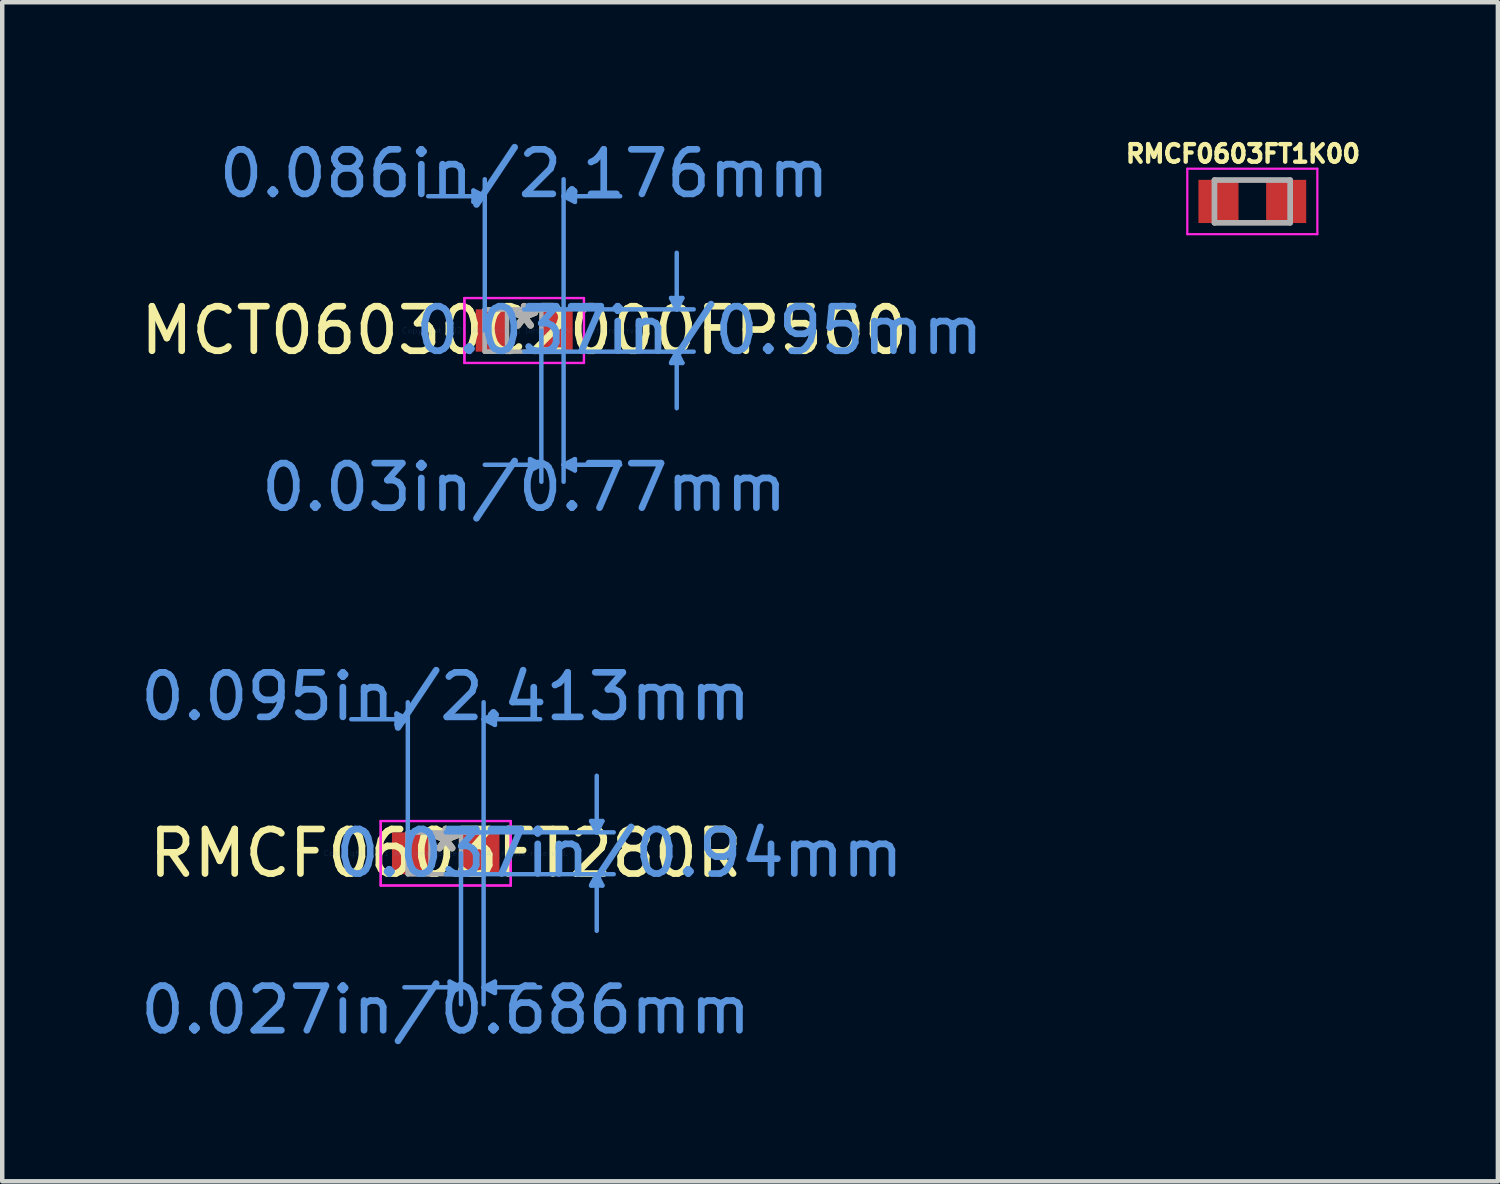
<source format=kicad_pcb>
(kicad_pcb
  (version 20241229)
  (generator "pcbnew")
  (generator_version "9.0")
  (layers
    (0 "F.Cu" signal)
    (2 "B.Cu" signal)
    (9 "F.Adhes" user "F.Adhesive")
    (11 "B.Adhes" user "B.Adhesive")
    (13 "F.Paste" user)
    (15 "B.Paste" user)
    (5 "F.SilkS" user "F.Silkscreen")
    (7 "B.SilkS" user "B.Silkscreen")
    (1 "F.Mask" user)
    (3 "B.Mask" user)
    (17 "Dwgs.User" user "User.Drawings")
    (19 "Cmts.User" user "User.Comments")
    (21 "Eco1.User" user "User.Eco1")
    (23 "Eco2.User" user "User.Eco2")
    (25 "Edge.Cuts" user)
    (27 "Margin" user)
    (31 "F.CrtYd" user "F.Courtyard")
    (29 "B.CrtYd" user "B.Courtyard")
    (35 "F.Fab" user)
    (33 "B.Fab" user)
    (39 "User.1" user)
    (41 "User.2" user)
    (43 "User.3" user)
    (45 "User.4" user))
  (footprint "MCT06030C2000FP500"
    (layer "F.Cu")
    (at 8.72 4.371)
    (property "Reference" "MCT06030C2000FP500" (at 0 0 0) (layer "F.SilkS") (effects (font (size 1 1) (thickness 0.15))))
    (attr through_hole)
    (fp_line (start -1.139 -3.142) (end -1.139 -2.888) (stroke (width 0.1) (type solid)) (layer "Cmts.User"))
    (fp_line (start -0.885 -3.015) (end -2.155 -3.015) (stroke (width 0.1) (type solid)) (layer "Cmts.User"))
    (fp_line (start -0.885 -3.015) (end -1.139 -3.142) (stroke (width 0.1) (type solid)) (layer "Cmts.User"))
    (fp_line (start -0.885 -3.015) (end -1.139 -2.888) (stroke (width 0.1) (type solid)) (layer "Cmts.User"))
    (fp_line (start -0.885 0) (end -0.885 -3.396) (stroke (width 0.1) (type solid)) (layer "Cmts.User"))
    (fp_line (start 0 -0.475) (end 3.806 -0.475) (stroke (width 0.1) (type solid)) (layer "Cmts.User"))
    (fp_line (start 0 0.475) (end 3.806 0.475) (stroke (width 0.1) (type solid)) (layer "Cmts.User"))
    (fp_line (start 0.131 2.888) (end 0.131 3.142) (stroke (width 0.1) (type solid)) (layer "Cmts.User"))
    (fp_line (start 0.385 0) (end 0.385 3.396) (stroke (width 0.1) (type solid)) (layer "Cmts.User"))
    (fp_line (start 0.385 3.015) (end -0.885 3.015) (stroke (width 0.1) (type solid)) (layer "Cmts.User"))
    (fp_line (start 0.385 3.015) (end 0.131 2.888) (stroke (width 0.1) (type solid)) (layer "Cmts.User"))
    (fp_line (start 0.385 3.015) (end 0.131 3.142) (stroke (width 0.1) (type solid)) (layer "Cmts.User"))
    (fp_line (start 0.885 -3.015) (end 1.139 -3.142) (stroke (width 0.1) (type solid)) (layer "Cmts.User"))
    (fp_line (start 0.885 -3.015) (end 1.139 -2.888) (stroke (width 0.1) (type solid)) (layer "Cmts.User"))
    (fp_line (start 0.885 -3.015) (end 2.155 -3.015) (stroke (width 0.1) (type solid)) (layer "Cmts.User"))
    (fp_line (start 0.885 0) (end 0.885 -3.396) (stroke (width 0.1) (type solid)) (layer "Cmts.User"))
    (fp_line (start 0.885 0) (end 0.885 3.396) (stroke (width 0.1) (type solid)) (layer "Cmts.User"))
    (fp_line (start 0.885 3.015) (end 1.139 2.888) (stroke (width 0.1) (type solid)) (layer "Cmts.User"))
    (fp_line (start 0.885 3.015) (end 1.139 3.142) (stroke (width 0.1) (type solid)) (layer "Cmts.User"))
    (fp_line (start 0.885 3.015) (end 2.155 3.015) (stroke (width 0.1) (type solid)) (layer "Cmts.User"))
    (fp_line (start 1.139 -3.142) (end 1.139 -2.888) (stroke (width 0.1) (type solid)) (layer "Cmts.User"))
    (fp_line (start 1.139 2.888) (end 1.139 3.142) (stroke (width 0.1) (type solid)) (layer "Cmts.User"))
    (fp_line (start 3.298 -0.729) (end 3.552 -0.729) (stroke (width 0.1) (type solid)) (layer "Cmts.User"))
    (fp_line (start 3.298 0.729) (end 3.552 0.729) (stroke (width 0.1) (type solid)) (layer "Cmts.User"))
    (fp_line (start 3.425 -0.475) (end 3.298 -0.729) (stroke (width 0.1) (type solid)) (layer "Cmts.User"))
    (fp_line (start 3.425 -0.475) (end 3.425 -1.745) (stroke (width 0.1) (type solid)) (layer "Cmts.User"))
    (fp_line (start 3.425 -0.475) (end 3.552 -0.729) (stroke (width 0.1) (type solid)) (layer "Cmts.User"))
    (fp_line (start 3.425 0.475) (end 3.298 0.729) (stroke (width 0.1) (type solid)) (layer "Cmts.User"))
    (fp_line (start 3.425 0.475) (end 3.425 1.745) (stroke (width 0.1) (type solid)) (layer "Cmts.User"))
    (fp_line (start 3.425 0.475) (end 3.552 0.729) (stroke (width 0.1) (type solid)) (layer "Cmts.User"))
    (fp_line (start -1.342 -0.729) (end 1.342 -0.729) (stroke (width 0.05) (type solid)) (layer "F.CrtYd"))
    (fp_line (start -1.342 -0.729) (end 1.342 -0.729) (stroke (width 0.05) (type solid)) (layer "F.CrtYd"))
    (fp_line (start -1.342 0.729) (end -1.342 -0.729) (stroke (width 0.05) (type solid)) (layer "F.CrtYd"))
    (fp_line (start -1.342 0.729) (end -1.342 -0.729) (stroke (width 0.05) (type solid)) (layer "F.CrtYd"))
    (fp_line (start 1.342 -0.729) (end 1.342 0.729) (stroke (width 0.05) (type solid)) (layer "F.CrtYd"))
    (fp_line (start 1.342 -0.729) (end 1.342 0.729) (stroke (width 0.05) (type solid)) (layer "F.CrtYd"))
    (fp_line (start 1.342 0.729) (end -1.342 0.729) (stroke (width 0.05) (type solid)) (layer "F.CrtYd"))
    (fp_line (start 1.342 0.729) (end -1.342 0.729) (stroke (width 0.05) (type solid)) (layer "F.CrtYd"))
    (fp_line (start -0.885 -0.475) (end -0.885 0.475) (stroke (width 0.1) (type solid)) (layer "F.Fab"))
    (fp_line (start -0.885 -0.475) (end -0.885 0.475) (stroke (width 0.1) (type solid)) (layer "F.Fab"))
    (fp_line (start -0.885 0.475) (end -0.385 0.475) (stroke (width 0.1) (type solid)) (layer "F.Fab"))
    (fp_line (start -0.885 0.475) (end 0.885 0.475) (stroke (width 0.1) (type solid)) (layer "F.Fab"))
    (fp_line (start -0.385 -0.475) (end -0.885 -0.475) (stroke (width 0.1) (type solid)) (layer "F.Fab"))
    (fp_line (start -0.385 0.475) (end -0.385 -0.475) (stroke (width 0.1) (type solid)) (layer "F.Fab"))
    (fp_line (start 0.385 -0.475) (end 0.385 0.475) (stroke (width 0.1) (type solid)) (layer "F.Fab"))
    (fp_line (start 0.385 0.475) (end 0.885 0.475) (stroke (width 0.1) (type solid)) (layer "F.Fab"))
    (fp_line (start 0.885 -0.475) (end -0.885 -0.475) (stroke (width 0.1) (type solid)) (layer "F.Fab"))
    (fp_line (start 0.885 -0.475) (end 0.385 -0.475) (stroke (width 0.1) (type solid)) (layer "F.Fab"))
    (fp_line (start 0.885 0.475) (end 0.885 -0.475) (stroke (width 0.1) (type solid)) (layer "F.Fab"))
    (fp_line (start 0.885 0.475) (end 0.885 -0.475) (stroke (width 0.1) (type solid)) (layer "F.Fab"))
    (fp_text user "*" (at 0 0 0) (layer "F.SilkS") (effects (font (size 1 1) (thickness 0.15))))
    (fp_text user "0.03in/0.77mm" (at 0 3.523 0) (layer "Cmts.User") (effects (font (size 1 1) (thickness 0.15))))
    (fp_text user "Copyright 2021 Accelerated Designs. All rights reserved." (at 0 0 0) (layer "Cmts.User") (effects (font (size 0.127 0.127) (thickness 0.002))))
    (fp_text user "0.037in/0.95mm" (at 3.933 0 0) (layer "Cmts.User") (effects (font (size 1 1) (thickness 0.15))))
    (fp_text user "0.086in/2.176mm" (at 0 -3.523 0) (layer "Cmts.User") (effects (font (size 1 1) (thickness 0.15))))
    (fp_text user "*" (at 0 0 0) (layer "F.Fab") (effects (font (size 1 1) (thickness 0.15))))
    (pad "1" smd rect (at -0.737 0) (size 0.703 0.95) (layers "F.Cu" "F.Mask" "F.Paste"))
    (pad "2" smd rect (at 0.737 0) (size 0.703 0.95) (layers "F.Cu" "F.Mask" "F.Paste")))
  (footprint "RMCF0603FT1K00"
    (layer "F.Cu")
    (at 25.069 1.473)
    (property "Reference" "RMCF0603FT1K00" (at -0.21 -1.07 0) (layer "F.SilkS") (effects (font (size 0.394 0.394) (thickness 0.15))))
    (attr smd)
    (fp_line (start -1.46 -0.735) (end 1.46 -0.735) (stroke (width 0.05) (type solid)) (layer "F.CrtYd"))
    (fp_line (start -1.46 0.735) (end -1.46 -0.735) (stroke (width 0.05) (type solid)) (layer "F.CrtYd"))
    (fp_line (start -1.46 0.735) (end 1.46 0.735) (stroke (width 0.05) (type solid)) (layer "F.CrtYd"))
    (fp_line (start 1.46 0.735) (end 1.46 -0.735) (stroke (width 0.05) (type solid)) (layer "F.CrtYd"))
    (fp_line (start -0.85 0.48) (end -0.85 -0.48) (stroke (width 0.127) (type solid)) (layer "F.Fab"))
    (fp_line (start 0.85 -0.48) (end -0.85 -0.48) (stroke (width 0.127) (type solid)) (layer "F.Fab"))
    (fp_line (start 0.85 0.48) (end -0.85 0.48) (stroke (width 0.127) (type solid)) (layer "F.Fab"))
    (fp_line (start 0.85 0.48) (end 0.85 -0.48) (stroke (width 0.127) (type solid)) (layer "F.Fab"))
    (pad "1" smd rect (at -0.76 0) (size 0.9 0.97) (layers "F.Cu" "F.Mask" "F.Paste"))
    (pad "2" smd rect (at 0.76 0) (size 0.9 0.97) (layers "F.Cu" "F.Mask" "F.Paste")))
  (footprint "RMCF0603FT280R"
    (layer "F.Cu")
    (at 6.958 16.109)
    (property "Reference" "RMCF0603FT280R" (at 0 0 0) (layer "F.SilkS") (effects (font (size 1 1) (thickness 0.15))))
    (attr through_hole)
    (fp_line (start -1.105 -3.137) (end -1.105 -2.883) (stroke (width 0.1) (type solid)) (layer "Cmts.User"))
    (fp_line (start -0.851 -3.01) (end -2.121 -3.01) (stroke (width 0.1) (type solid)) (layer "Cmts.User"))
    (fp_line (start -0.851 -3.01) (end -1.105 -3.137) (stroke (width 0.1) (type solid)) (layer "Cmts.User"))
    (fp_line (start -0.851 -3.01) (end -1.105 -2.883) (stroke (width 0.1) (type solid)) (layer "Cmts.User"))
    (fp_line (start -0.851 0) (end -0.851 -3.391) (stroke (width 0.1) (type solid)) (layer "Cmts.User"))
    (fp_line (start 0 -0.47) (end 3.772 -0.47) (stroke (width 0.1) (type solid)) (layer "Cmts.User"))
    (fp_line (start 0 0.47) (end 3.772 0.47) (stroke (width 0.1) (type solid)) (layer "Cmts.User"))
    (fp_line (start 0.089 2.883) (end 0.089 3.137) (stroke (width 0.1) (type solid)) (layer "Cmts.User"))
    (fp_line (start 0.343 0) (end 0.343 3.391) (stroke (width 0.1) (type solid)) (layer "Cmts.User"))
    (fp_line (start 0.343 3.01) (end -0.927 3.01) (stroke (width 0.1) (type solid)) (layer "Cmts.User"))
    (fp_line (start 0.343 3.01) (end 0.089 2.883) (stroke (width 0.1) (type solid)) (layer "Cmts.User"))
    (fp_line (start 0.343 3.01) (end 0.089 3.137) (stroke (width 0.1) (type solid)) (layer "Cmts.User"))
    (fp_line (start 0.851 -3.01) (end 1.105 -3.137) (stroke (width 0.1) (type solid)) (layer "Cmts.User"))
    (fp_line (start 0.851 -3.01) (end 1.105 -2.883) (stroke (width 0.1) (type solid)) (layer "Cmts.User"))
    (fp_line (start 0.851 -3.01) (end 2.121 -3.01) (stroke (width 0.1) (type solid)) (layer "Cmts.User"))
    (fp_line (start 0.851 0) (end 0.851 -3.391) (stroke (width 0.1) (type solid)) (layer "Cmts.User"))
    (fp_line (start 0.851 0) (end 0.851 3.391) (stroke (width 0.1) (type solid)) (layer "Cmts.User"))
    (fp_line (start 0.851 3.01) (end 1.105 2.883) (stroke (width 0.1) (type solid)) (layer "Cmts.User"))
    (fp_line (start 0.851 3.01) (end 1.105 3.137) (stroke (width 0.1) (type solid)) (layer "Cmts.User"))
    (fp_line (start 0.851 3.01) (end 2.121 3.01) (stroke (width 0.1) (type solid)) (layer "Cmts.User"))
    (fp_line (start 1.105 -3.137) (end 1.105 -2.883) (stroke (width 0.1) (type solid)) (layer "Cmts.User"))
    (fp_line (start 1.105 2.883) (end 1.105 3.137) (stroke (width 0.1) (type solid)) (layer "Cmts.User"))
    (fp_line (start 3.264 -0.724) (end 3.518 -0.724) (stroke (width 0.1) (type solid)) (layer "Cmts.User"))
    (fp_line (start 3.264 0.724) (end 3.518 0.724) (stroke (width 0.1) (type solid)) (layer "Cmts.User"))
    (fp_line (start 3.391 -0.47) (end 3.264 -0.724) (stroke (width 0.1) (type solid)) (layer "Cmts.User"))
    (fp_line (start 3.391 -0.47) (end 3.391 -1.74) (stroke (width 0.1) (type solid)) (layer "Cmts.User"))
    (fp_line (start 3.391 -0.47) (end 3.518 -0.724) (stroke (width 0.1) (type solid)) (layer "Cmts.User"))
    (fp_line (start 3.391 0.47) (end 3.264 0.724) (stroke (width 0.1) (type solid)) (layer "Cmts.User"))
    (fp_line (start 3.391 0.47) (end 3.391 1.74) (stroke (width 0.1) (type solid)) (layer "Cmts.User"))
    (fp_line (start 3.391 0.47) (end 3.518 0.724) (stroke (width 0.1) (type solid)) (layer "Cmts.User"))
    (fp_line (start -1.46 -0.724) (end 1.46 -0.724) (stroke (width 0.05) (type solid)) (layer "F.CrtYd"))
    (fp_line (start -1.46 -0.724) (end 1.46 -0.724) (stroke (width 0.05) (type solid)) (layer "F.CrtYd"))
    (fp_line (start -1.46 0.724) (end -1.46 -0.724) (stroke (width 0.05) (type solid)) (layer "F.CrtYd"))
    (fp_line (start -1.46 0.724) (end -1.46 -0.724) (stroke (width 0.05) (type solid)) (layer "F.CrtYd"))
    (fp_line (start 1.46 -0.724) (end 1.46 0.724) (stroke (width 0.05) (type solid)) (layer "F.CrtYd"))
    (fp_line (start 1.46 -0.724) (end 1.46 0.724) (stroke (width 0.05) (type solid)) (layer "F.CrtYd"))
    (fp_line (start 1.46 0.724) (end -1.46 0.724) (stroke (width 0.05) (type solid)) (layer "F.CrtYd"))
    (fp_line (start 1.46 0.724) (end -1.46 0.724) (stroke (width 0.05) (type solid)) (layer "F.CrtYd"))
    (fp_line (start -0.851 -0.47) (end -0.851 0.47) (stroke (width 0.1) (type solid)) (layer "F.Fab"))
    (fp_line (start -0.851 -0.47) (end -0.851 0.47) (stroke (width 0.1) (type solid)) (layer "F.Fab"))
    (fp_line (start -0.851 0.47) (end -0.343 0.47) (stroke (width 0.1) (type solid)) (layer "F.Fab"))
    (fp_line (start -0.851 0.47) (end 0.851 0.47) (stroke (width 0.1) (type solid)) (layer "F.Fab"))
    (fp_line (start -0.343 -0.47) (end -0.851 -0.47) (stroke (width 0.1) (type solid)) (layer "F.Fab"))
    (fp_line (start -0.343 0.47) (end -0.343 -0.47) (stroke (width 0.1) (type solid)) (layer "F.Fab"))
    (fp_line (start 0.343 -0.47) (end 0.343 0.47) (stroke (width 0.1) (type solid)) (layer "F.Fab"))
    (fp_line (start 0.343 0.47) (end 0.851 0.47) (stroke (width 0.1) (type solid)) (layer "F.Fab"))
    (fp_line (start 0.851 -0.47) (end -0.851 -0.47) (stroke (width 0.1) (type solid)) (layer "F.Fab"))
    (fp_line (start 0.851 -0.47) (end 0.343 -0.47) (stroke (width 0.1) (type solid)) (layer "F.Fab"))
    (fp_line (start 0.851 0.47) (end 0.851 -0.47) (stroke (width 0.1) (type solid)) (layer "F.Fab"))
    (fp_line (start 0.851 0.47) (end 0.851 -0.47) (stroke (width 0.1) (type solid)) (layer "F.Fab"))
    (fp_text user "*" (at 0 0 0) (layer "F.SilkS") (effects (font (size 1 1) (thickness 0.15))))
    (fp_text user "0.027in/0.686mm" (at 0 3.518 0) (layer "Cmts.User") (effects (font (size 1 1) (thickness 0.15))))
    (fp_text user "0.095in/2.413mm" (at 0 -3.518 0) (layer "Cmts.User") (effects (font (size 1 1) (thickness 0.15))))
    (fp_text user "Copyright 2021 Accelerated Designs. All rights reserved." (at 0 0 0) (layer "Cmts.User") (effects (font (size 0.127 0.127) (thickness 0.002))))
    (fp_text user "0.037in/0.94mm" (at 3.899 0 0) (layer "Cmts.User") (effects (font (size 1 1) (thickness 0.15))))
    (fp_text user "*" (at 0 0 0) (layer "F.Fab") (effects (font (size 1 1) (thickness 0.15))))
    (pad "1" smd rect (at -0.775 0) (size 0.864 0.94) (layers "F.Cu" "F.Mask" "F.Paste"))
    (pad "2" smd rect (at 0.775 0) (size 0.864 0.94) (layers "F.Cu" "F.Mask" "F.Paste")))
  (gr_rect
    (start -3 -3)
    (end 30.583 23.475)
    (stroke (width 0.1) (type default))
    (fill no)
    (layer "Edge.Cuts")))
</source>
